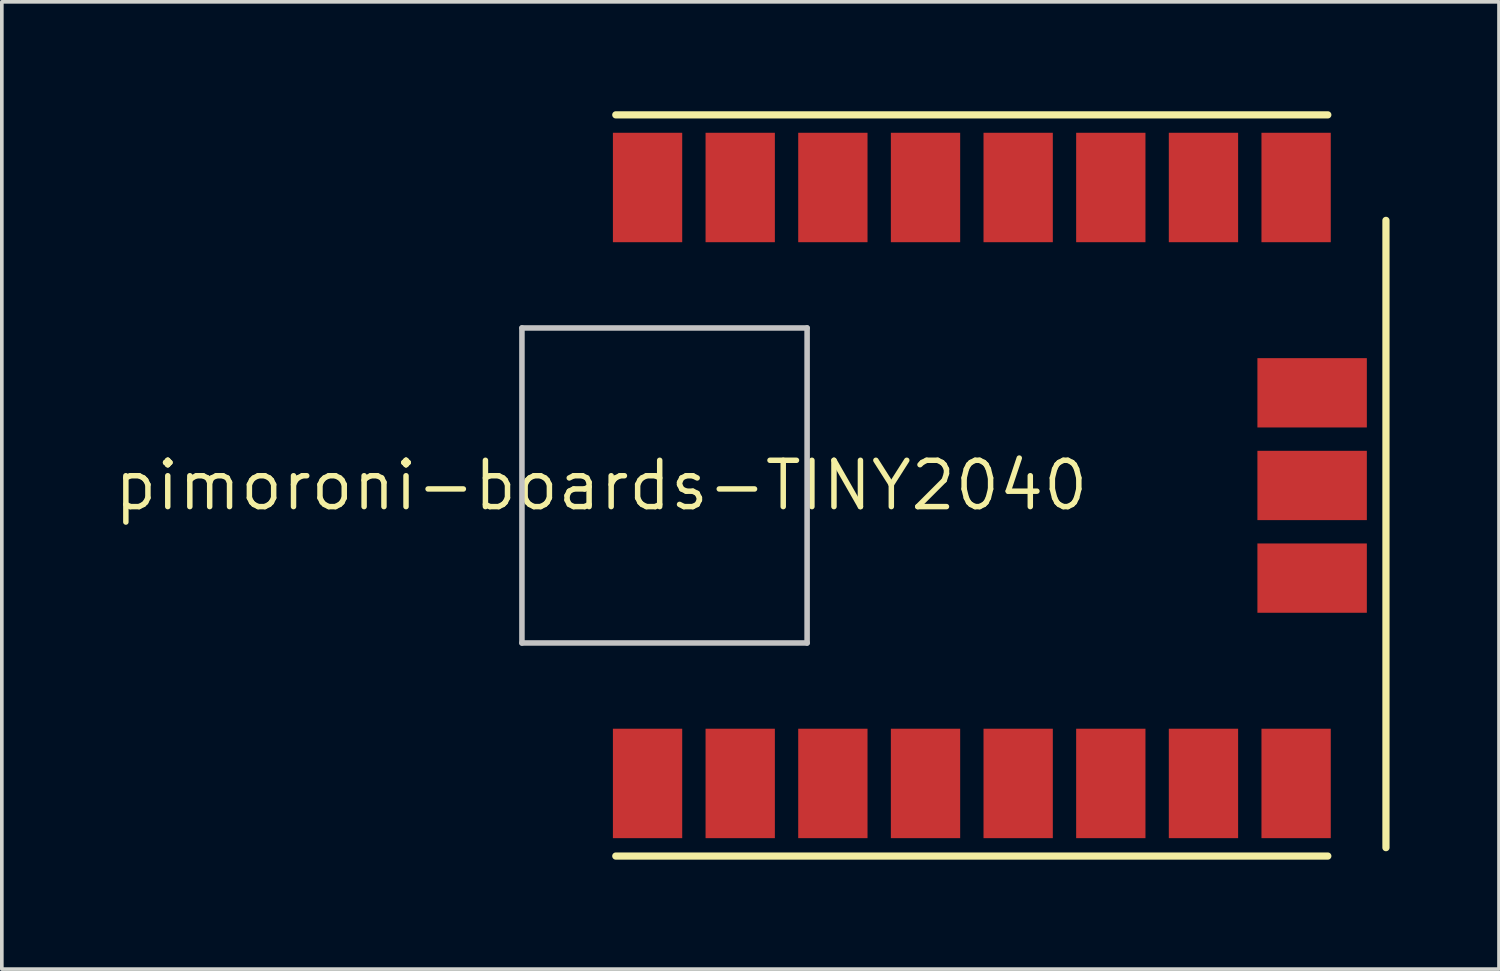
<source format=kicad_pcb>
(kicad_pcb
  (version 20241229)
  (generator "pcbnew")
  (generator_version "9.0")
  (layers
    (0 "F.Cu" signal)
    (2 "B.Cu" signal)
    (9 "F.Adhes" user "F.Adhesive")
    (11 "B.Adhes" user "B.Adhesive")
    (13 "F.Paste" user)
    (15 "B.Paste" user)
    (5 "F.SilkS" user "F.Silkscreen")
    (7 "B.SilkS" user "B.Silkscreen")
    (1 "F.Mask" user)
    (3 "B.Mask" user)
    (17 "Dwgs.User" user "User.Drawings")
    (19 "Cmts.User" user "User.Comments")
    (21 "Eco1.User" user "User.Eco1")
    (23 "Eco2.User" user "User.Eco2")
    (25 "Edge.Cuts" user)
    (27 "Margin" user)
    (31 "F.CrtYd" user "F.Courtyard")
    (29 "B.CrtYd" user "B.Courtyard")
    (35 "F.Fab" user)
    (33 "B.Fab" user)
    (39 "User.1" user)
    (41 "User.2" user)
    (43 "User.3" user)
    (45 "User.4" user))
  (footprint "pimoroni-boards-TINY2040"
    (layer "F.Cu")
    (at 13.433 10.259)
    (property "Reference" "pimoroni-boards-TINY2040" (at 0 0 0) (layer "F.SilkS") (effects (font (size 1.27 1.27) (thickness 0.15))))
    (attr smd)
    (fp_line (start 0.399 -10.16) (end 19.919 -10.16) (stroke (width 0.198) (type solid)) (layer "F.SilkS"))
    (fp_line (start 19.919 10.16) (end 0.399 10.16) (stroke (width 0.198) (type solid)) (layer "F.SilkS"))
    (fp_line (start 21.513 9.929) (end 21.513 -7.267) (stroke (width 0.198) (type solid)) (layer "F.SilkS"))
    (fp_line (start -2.174 -4.318) (end -2.174 4.318) (stroke (width 0.152) (type solid)) (layer "Dwgs.User"))
    (fp_line (start -2.174 -4.318) (end 5.644 -4.318) (stroke (width 0.152) (type solid)) (layer "Dwgs.User"))
    (fp_line (start 1.224 -4.318) (end -0.373 -4.318) (stroke (width 0.008) (type solid)) (layer "Dwgs.User"))
    (fp_line (start 5.644 -4.318) (end 3.553 -4.318) (stroke (width 0.008) (type solid)) (layer "Dwgs.User"))
    (fp_line (start 5.644 -4.318) (end 5.644 4.318) (stroke (width 0.152) (type solid)) (layer "Dwgs.User"))
    (fp_line (start 5.644 4.318) (end -2.174 4.318) (stroke (width 0.152) (type solid)) (layer "Dwgs.User"))
    (fp_line (start 5.644 4.318) (end 3.553 4.318) (stroke (width 0.008) (type solid)) (layer "Dwgs.User"))
    (fp_line (start 5.654 -4.318) (end 5.644 -4.318) (stroke (width 0.008) (type solid)) (layer "Dwgs.User"))
    (fp_line (start 5.654 4.318) (end 5.644 4.318) (stroke (width 0.008) (type solid)) (layer "Dwgs.User"))
    (pad "0" smd rect (at 1.27 -8.169 90) (size 3 1.9) (layers "F.Cu" "F.Mask" "F.Paste"))
    (pad "1" smd rect (at 3.81 -8.169 90) (size 3 1.9) (layers "F.Cu" "F.Mask" "F.Paste"))
    (pad "2" smd rect (at 6.35 -8.169 90) (size 3 1.9) (layers "F.Cu" "F.Mask" "F.Paste"))
    (pad "3" smd rect (at 8.89 -8.169 90) (size 3 1.9) (layers "F.Cu" "F.Mask" "F.Paste"))
    (pad "3V3" smd rect (at 6.35 8.169 90) (size 3 1.9) (layers "F.Cu" "F.Mask" "F.Paste"))
    (pad "4" smd rect (at 11.43 -8.169 90) (size 3 1.9) (layers "F.Cu" "F.Mask" "F.Paste"))
    (pad "5" smd rect (at 13.97 -8.169 90) (size 3 1.9) (layers "F.Cu" "F.Mask" "F.Paste"))
    (pad "5V" smd rect (at 1.27 8.169 90) (size 3 1.9) (layers "F.Cu" "F.Mask" "F.Paste"))
    (pad "6" smd rect (at 16.51 -8.169 90) (size 3 1.9) (layers "F.Cu" "F.Mask" "F.Paste"))
    (pad "7" smd rect (at 19.05 -8.169 90) (size 3 1.9) (layers "F.Cu" "F.Mask" "F.Paste"))
    (pad "A0" smd rect (at 16.51 8.169 90) (size 3 1.9) (layers "F.Cu" "F.Mask" "F.Paste"))
    (pad "A1" smd rect (at 13.97 8.169 90) (size 3 1.9) (layers "F.Cu" "F.Mask" "F.Paste"))
    (pad "A2" smd rect (at 11.43 8.169 90) (size 3 1.9) (layers "F.Cu" "F.Mask" "F.Paste"))
    (pad "A3" smd rect (at 8.89 8.169 90) (size 3 1.9) (layers "F.Cu" "F.Mask" "F.Paste"))
    (pad "GND1" smd rect (at 3.81 8.169 90) (size 3 1.9) (layers "F.Cu" "F.Mask" "F.Paste"))
    (pad "GND2" smd rect (at 19.05 8.169 90) (size 3 1.9) (layers "F.Cu" "F.Mask" "F.Paste"))
    (pad "GND3" smd rect (at 19.489 0 180) (size 3 1.9) (layers "F.Cu" "F.Mask" "F.Paste"))
    (pad "SWCLK" smd rect (at 19.489 2.54 180) (size 3 1.9) (layers "F.Cu" "F.Mask" "F.Paste"))
    (pad "SWDIO" smd rect (at 19.489 -2.54 180) (size 3 1.9) (layers "F.Cu" "F.Mask" "F.Paste")))
  (gr_rect
    (start -3 -3)
    (end 38.045 23.518)
    (stroke (width 0.1) (type default))
    (fill no)
    (layer "Edge.Cuts")))
</source>
